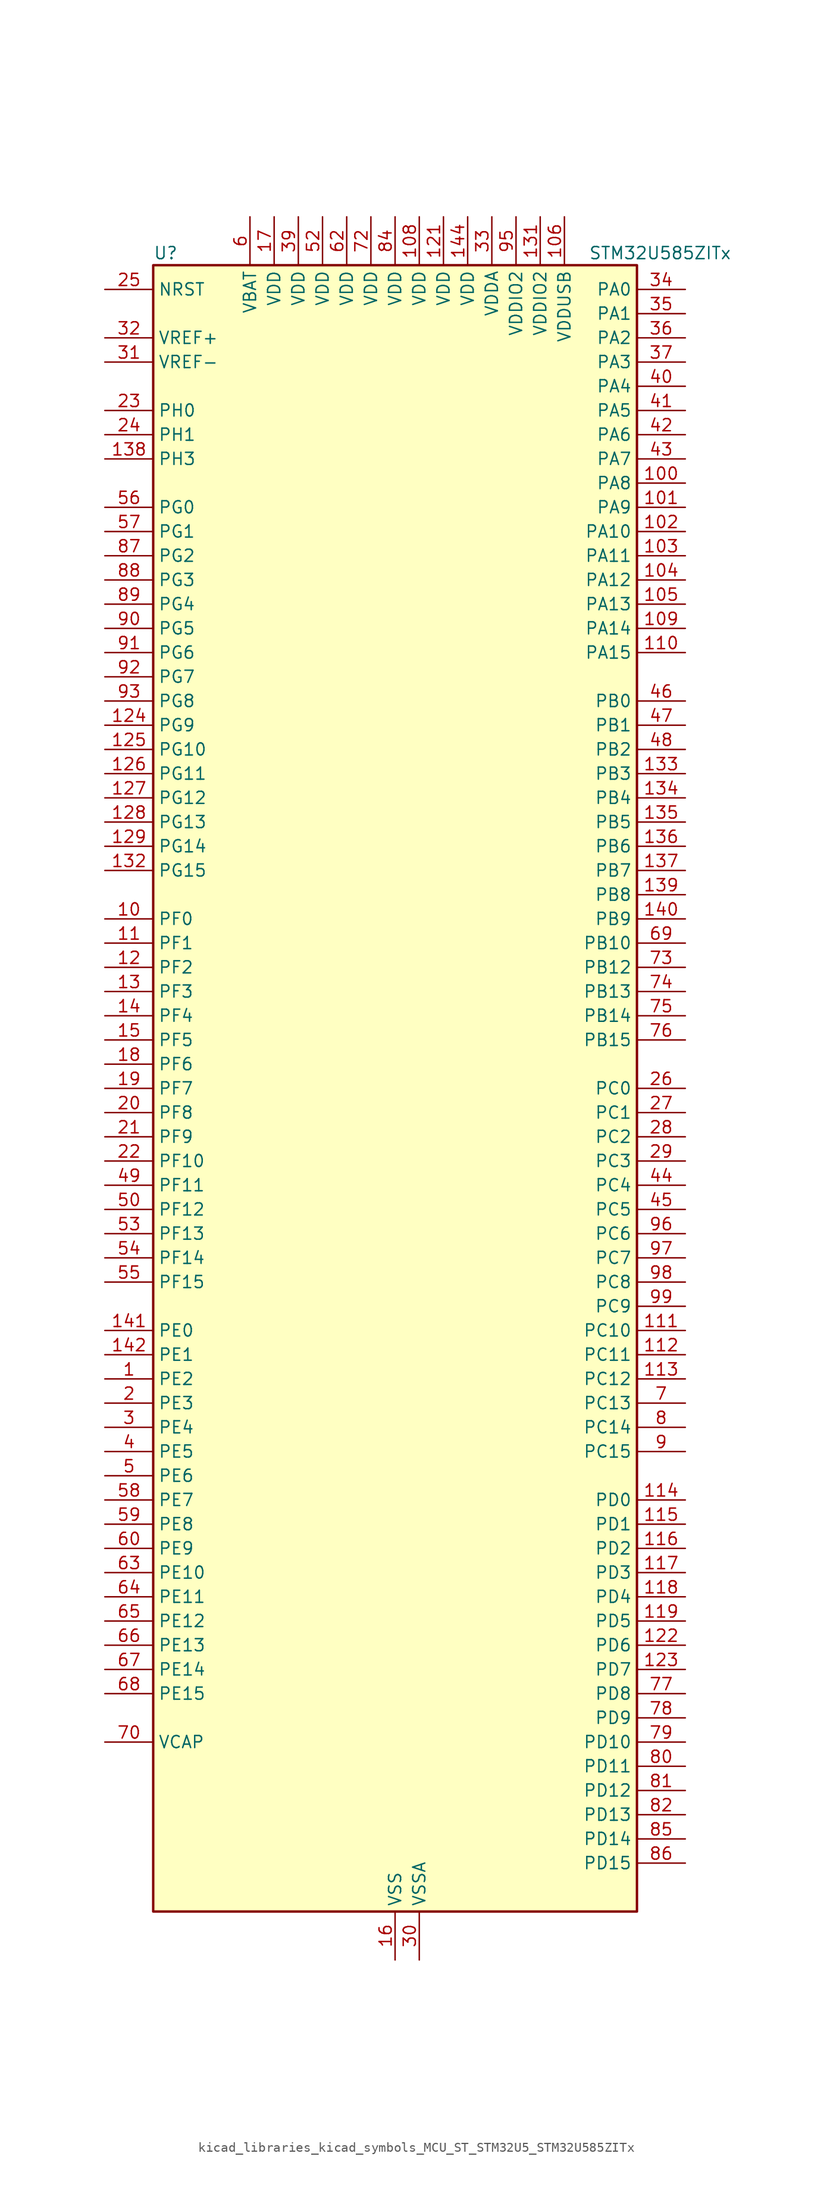
<source format=kicad_sym>
(kicad_symbol_lib
  (version 20220914)
  (generator kicad_symbol_editor)
  (symbol "kicad_libraries_kicad_symbols_MCU_ST_STM32U5_STM32U585ZITx"
    (property "Reference" "U"
      (at -25.4 87.63 0)
      (effects (font (size 1.27 1.27)) (justify left)))
    (property "Value" "STM32U585ZITx"
      (at 20.32 87.63 0)
      (effects (font (size 1.27 1.27)) (justify left)))
    (property "ki_locked" ""
      (at 0 0 0)
      (effects (font (size 1.27 1.27))))
    (symbol "kicad_libraries_kicad_symbols_MCU_ST_STM32U5_STM32U585ZITx_0_1"
      (rectangle (start -25.4 -86.36) (end 25.4 86.36) (stroke (width 0.254) (type default)) (fill (type background))))
    (symbol "kicad_libraries_kicad_symbols_MCU_ST_STM32U5_STM32U585ZITx_1_1"
      (pin bidirectional line (at -30.48 -30.48 0) (length 5.08) (name "PE2" (effects (font (size 1.27 1.27)))) (number "1" (effects (font (size 1.27 1.27)))) (alternate "DEBUG_TRACECLK" bidirectional line) (alternate "FMC_A23" bidirectional line) (alternate "SAI1_CK1" bidirectional line) (alternate "SAI1_MCLK_A" bidirectional line) (alternate "TIM3_ETR" bidirectional line) (alternate "TSC_G7_IO1" bidirectional line))
      (pin bidirectional line (at -30.48 17.78 0) (length 5.08) (name "PF0" (effects (font (size 1.27 1.27)))) (number "10" (effects (font (size 1.27 1.27)))) (alternate "FMC_A0" bidirectional line) (alternate "I2C2_SDA" bidirectional line) (alternate "OCTOSPIM_P2_IO0" bidirectional line))
      (pin bidirectional line (at 30.48 63.5 180) (length 5.08) (name "PA8" (effects (font (size 1.27 1.27)))) (number "100" (effects (font (size 1.27 1.27)))) (alternate "DEBUG_TRACECLK" bidirectional line) (alternate "LPTIM2_CH1" bidirectional line) (alternate "RCC_MCO" bidirectional line) (alternate "SAI1_CK2" bidirectional line) (alternate "SAI1_SCK_A" bidirectional line) (alternate "SPI1_RDY" bidirectional line) (alternate "TIM1_CH1" bidirectional line) (alternate "USART1_CK" bidirectional line) (alternate "USB_OTG_FS_SOF" bidirectional line))
      (pin bidirectional line (at 30.48 60.96 180) (length 5.08) (name "PA9" (effects (font (size 1.27 1.27)))) (number "101" (effects (font (size 1.27 1.27)))) (alternate "DAC1_EXTI9" bidirectional line) (alternate "DCMI_D0" bidirectional line) (alternate "PSSI_D0" bidirectional line) (alternate "SAI1_FS_A" bidirectional line) (alternate "SPI2_SCK" bidirectional line) (alternate "TIM15_BKIN" bidirectional line) (alternate "TIM1_CH2" bidirectional line) (alternate "USART1_TX" bidirectional line) (alternate "USB_OTG_FS_VBUS" bidirectional line))
      (pin bidirectional line (at 30.48 58.42 180) (length 5.08) (name "PA10" (effects (font (size 1.27 1.27)))) (number "102" (effects (font (size 1.27 1.27)))) (alternate "CRS_SYNC" bidirectional line) (alternate "DCMI_D1" bidirectional line) (alternate "LPTIM2_IN2" bidirectional line) (alternate "PSSI_D1" bidirectional line) (alternate "SAI1_D1" bidirectional line) (alternate "SAI1_SD_A" bidirectional line) (alternate "TIM17_BKIN" bidirectional line) (alternate "TIM1_CH3" bidirectional line) (alternate "USART1_RX" bidirectional line) (alternate "USB_OTG_FS_ID" bidirectional line))
      (pin bidirectional line (at 30.48 55.88 180) (length 5.08) (name "PA11" (effects (font (size 1.27 1.27)))) (number "103" (effects (font (size 1.27 1.27)))) (alternate "ADC1_EXTI11" bidirectional line) (alternate "FDCAN1_RX" bidirectional line) (alternate "SPI1_MISO" bidirectional line) (alternate "TIM1_BKIN2" bidirectional line) (alternate "TIM1_CH4" bidirectional line) (alternate "USART1_CTS" bidirectional line) (alternate "USB_OTG_FS_DM" bidirectional line))
      (pin bidirectional line (at 30.48 53.34 180) (length 5.08) (name "PA12" (effects (font (size 1.27 1.27)))) (number "104" (effects (font (size 1.27 1.27)))) (alternate "FDCAN1_TX" bidirectional line) (alternate "OCTOSPIM_P2_NCS" bidirectional line) (alternate "SPI1_MOSI" bidirectional line) (alternate "TIM1_ETR" bidirectional line) (alternate "USART1_DE" bidirectional line) (alternate "USART1_RTS" bidirectional line) (alternate "USB_OTG_FS_DP" bidirectional line))
      (pin bidirectional line (at 30.48 50.8 180) (length 5.08) (name "PA13" (effects (font (size 1.27 1.27)))) (number "105" (effects (font (size 1.27 1.27)))) (alternate "DEBUG_JTMS-SWDIO" bidirectional line) (alternate "IR_OUT" bidirectional line) (alternate "SAI1_SD_B" bidirectional line) (alternate "USB_OTG_FS_NOE" bidirectional line))
      (pin power_in line (at 17.78 91.44 270) (length 5.08) (name "VDDUSB" (effects (font (size 1.27 1.27)))) (number "106" (effects (font (size 1.27 1.27)))))
      (pin passive line (at 0 -91.44 90) (length 5.08) hide (name "VSS" (effects (font (size 1.27 1.27)))) (number "107" (effects (font (size 1.27 1.27)))))
      (pin power_in line (at 2.54 91.44 270) (length 5.08) (name "VDD" (effects (font (size 1.27 1.27)))) (number "108" (effects (font (size 1.27 1.27)))))
      (pin bidirectional line (at 30.48 48.26 180) (length 5.08) (name "PA14" (effects (font (size 1.27 1.27)))) (number "109" (effects (font (size 1.27 1.27)))) (alternate "DEBUG_JTCK-SWCLK" bidirectional line) (alternate "I2C1_SMBA" bidirectional line) (alternate "I2C4_SMBA" bidirectional line) (alternate "LPTIM1_CH1" bidirectional line) (alternate "SAI1_FS_B" bidirectional line) (alternate "USB_OTG_FS_SOF" bidirectional line))
      (pin bidirectional line (at -30.48 15.24 0) (length 5.08) (name "PF1" (effects (font (size 1.27 1.27)))) (number "11" (effects (font (size 1.27 1.27)))) (alternate "FMC_A1" bidirectional line) (alternate "I2C2_SCL" bidirectional line) (alternate "OCTOSPIM_P2_IO1" bidirectional line))
      (pin bidirectional line (at 30.48 45.72 180) (length 5.08) (name "PA15" (effects (font (size 1.27 1.27)))) (number "110" (effects (font (size 1.27 1.27)))) (alternate "ADC1_EXTI15" bidirectional line) (alternate "ADC4_EXTI15" bidirectional line) (alternate "DEBUG_JTDI" bidirectional line) (alternate "SAI2_FS_B" bidirectional line) (alternate "SPI1_NSS" bidirectional line) (alternate "SPI3_NSS" bidirectional line) (alternate "TIM2_CH1" bidirectional line) (alternate "TIM2_ETR" bidirectional line) (alternate "UART4_DE" bidirectional line) (alternate "UART4_RTS" bidirectional line) (alternate "UCPD1_CC1" bidirectional line) (alternate "USART2_RX" bidirectional line) (alternate "USART3_DE" bidirectional line) (alternate "USART3_RTS" bidirectional line))
      (pin bidirectional line (at 30.48 -25.4 180) (length 5.08) (name "PC10" (effects (font (size 1.27 1.27)))) (number "111" (effects (font (size 1.27 1.27)))) (alternate "ADF1_CCK1" bidirectional line) (alternate "DCMI_D8" bidirectional line) (alternate "DEBUG_TRACED1" bidirectional line) (alternate "LPTIM3_ETR" bidirectional line) (alternate "PSSI_D8" bidirectional line) (alternate "SAI2_SCK_B" bidirectional line) (alternate "SDMMC1_D2" bidirectional line) (alternate "SPI3_SCK" bidirectional line) (alternate "TSC_G3_IO2" bidirectional line) (alternate "UART4_TX" bidirectional line) (alternate "USART3_TX" bidirectional line))
      (pin bidirectional line (at 30.48 -27.94 180) (length 5.08) (name "PC11" (effects (font (size 1.27 1.27)))) (number "112" (effects (font (size 1.27 1.27)))) (alternate "ADC1_EXTI11" bidirectional line) (alternate "ADF1_SDI0" bidirectional line) (alternate "DCMI_D2" bidirectional line) (alternate "DCMI_D4" bidirectional line) (alternate "LPTIM3_IN1" bidirectional line) (alternate "OCTOSPIM_P1_NCS" bidirectional line) (alternate "PSSI_D2" bidirectional line) (alternate "PSSI_D4" bidirectional line) (alternate "SAI2_MCLK_B" bidirectional line) (alternate "SDMMC1_D3" bidirectional line) (alternate "SPI3_MISO" bidirectional line) (alternate "TSC_G3_IO3" bidirectional line) (alternate "UART4_RX" bidirectional line) (alternate "UCPD1_FRSTX2" bidirectional line) (alternate "USART3_RX" bidirectional line))
      (pin bidirectional line (at 30.48 -30.48 180) (length 5.08) (name "PC12" (effects (font (size 1.27 1.27)))) (number "113" (effects (font (size 1.27 1.27)))) (alternate "DCMI_D9" bidirectional line) (alternate "DEBUG_TRACED3" bidirectional line) (alternate "PSSI_D9" bidirectional line) (alternate "SAI2_SD_B" bidirectional line) (alternate "SDMMC1_CK" bidirectional line) (alternate "SPI3_MOSI" bidirectional line) (alternate "TSC_G3_IO4" bidirectional line) (alternate "UART5_TX" bidirectional line) (alternate "USART3_CK" bidirectional line))
      (pin bidirectional line (at 30.48 -43.18 180) (length 5.08) (name "PD0" (effects (font (size 1.27 1.27)))) (number "114" (effects (font (size 1.27 1.27)))) (alternate "FDCAN1_RX" bidirectional line) (alternate "FMC_D2" bidirectional line) (alternate "FMC_DA2" bidirectional line) (alternate "SPI2_NSS" bidirectional line) (alternate "TIM8_CH4N" bidirectional line))
      (pin bidirectional line (at 30.48 -45.72 180) (length 5.08) (name "PD1" (effects (font (size 1.27 1.27)))) (number "115" (effects (font (size 1.27 1.27)))) (alternate "FDCAN1_TX" bidirectional line) (alternate "FMC_D3" bidirectional line) (alternate "FMC_DA3" bidirectional line) (alternate "SPI2_SCK" bidirectional line))
      (pin bidirectional line (at 30.48 -48.26 180) (length 5.08) (name "PD2" (effects (font (size 1.27 1.27)))) (number "116" (effects (font (size 1.27 1.27)))) (alternate "DCMI_D11" bidirectional line) (alternate "DEBUG_TRACED2" bidirectional line) (alternate "LPTIM4_ETR" bidirectional line) (alternate "PSSI_D11" bidirectional line) (alternate "SDMMC1_CMD" bidirectional line) (alternate "TIM3_ETR" bidirectional line) (alternate "TSC_SYNC" bidirectional line) (alternate "UART5_RX" bidirectional line) (alternate "USART3_DE" bidirectional line) (alternate "USART3_RTS" bidirectional line))
      (pin bidirectional line (at 30.48 -50.8 180) (length 5.08) (name "PD3" (effects (font (size 1.27 1.27)))) (number "117" (effects (font (size 1.27 1.27)))) (alternate "DCMI_D5" bidirectional line) (alternate "FMC_CLK" bidirectional line) (alternate "MDF1_SDI0" bidirectional line) (alternate "OCTOSPIM_P2_NCS" bidirectional line) (alternate "PSSI_D5" bidirectional line) (alternate "SPI2_MISO" bidirectional line) (alternate "SPI2_SCK" bidirectional line) (alternate "USART2_CTS" bidirectional line))
      (pin bidirectional line (at 30.48 -53.34 180) (length 5.08) (name "PD4" (effects (font (size 1.27 1.27)))) (number "118" (effects (font (size 1.27 1.27)))) (alternate "FMC_NOE" bidirectional line) (alternate "MDF1_CKI0" bidirectional line) (alternate "OCTOSPIM_P1_IO4" bidirectional line) (alternate "SPI2_MOSI" bidirectional line) (alternate "USART2_DE" bidirectional line) (alternate "USART2_RTS" bidirectional line))
      (pin bidirectional line (at 30.48 -55.88 180) (length 5.08) (name "PD5" (effects (font (size 1.27 1.27)))) (number "119" (effects (font (size 1.27 1.27)))) (alternate "FMC_NWE" bidirectional line) (alternate "OCTOSPIM_P1_IO5" bidirectional line) (alternate "SPI2_RDY" bidirectional line) (alternate "USART2_TX" bidirectional line))
      (pin bidirectional line (at -30.48 12.7 0) (length 5.08) (name "PF2" (effects (font (size 1.27 1.27)))) (number "12" (effects (font (size 1.27 1.27)))) (alternate "FMC_A2" bidirectional line) (alternate "I2C2_SMBA" bidirectional line) (alternate "LPTIM3_CH2" bidirectional line) (alternate "OCTOSPIM_P2_IO2" bidirectional line) (alternate "PWR_WKUP8" bidirectional line))
      (pin passive line (at 0 -91.44 90) (length 5.08) hide (name "VSS" (effects (font (size 1.27 1.27)))) (number "120" (effects (font (size 1.27 1.27)))))
      (pin power_in line (at 5.08 91.44 270) (length 5.08) (name "VDD" (effects (font (size 1.27 1.27)))) (number "121" (effects (font (size 1.27 1.27)))))
      (pin bidirectional line (at 30.48 -58.42 180) (length 5.08) (name "PD6" (effects (font (size 1.27 1.27)))) (number "122" (effects (font (size 1.27 1.27)))) (alternate "DCMI_D10" bidirectional line) (alternate "FMC_NWAIT" bidirectional line) (alternate "MDF1_SDI1" bidirectional line) (alternate "OCTOSPIM_P1_IO6" bidirectional line) (alternate "PSSI_D10" bidirectional line) (alternate "SAI1_D1" bidirectional line) (alternate "SAI1_SD_A" bidirectional line) (alternate "SDMMC2_CK" bidirectional line) (alternate "SPI3_MOSI" bidirectional line) (alternate "USART2_RX" bidirectional line))
      (pin bidirectional line (at 30.48 -60.96 180) (length 5.08) (name "PD7" (effects (font (size 1.27 1.27)))) (number "123" (effects (font (size 1.27 1.27)))) (alternate "FMC_NCE" bidirectional line) (alternate "FMC_NE1" bidirectional line) (alternate "LPTIM4_OUT" bidirectional line) (alternate "MDF1_CKI1" bidirectional line) (alternate "OCTOSPIM_P1_IO7" bidirectional line) (alternate "SDMMC2_CMD" bidirectional line) (alternate "USART2_CK" bidirectional line))
      (pin bidirectional line (at -30.48 38.1 0) (length 5.08) (name "PG9" (effects (font (size 1.27 1.27)))) (number "124" (effects (font (size 1.27 1.27)))) (alternate "DAC1_EXTI9" bidirectional line) (alternate "FMC_NCE" bidirectional line) (alternate "FMC_NE2" bidirectional line) (alternate "OCTOSPIM_P2_IO6" bidirectional line) (alternate "SAI2_SCK_A" bidirectional line) (alternate "SPI3_SCK" bidirectional line) (alternate "TIM15_CH1N" bidirectional line) (alternate "USART1_TX" bidirectional line))
      (pin bidirectional line (at -30.48 35.56 0) (length 5.08) (name "PG10" (effects (font (size 1.27 1.27)))) (number "125" (effects (font (size 1.27 1.27)))) (alternate "FMC_NE3" bidirectional line) (alternate "LPTIM1_IN1" bidirectional line) (alternate "OCTOSPIM_P2_IO7" bidirectional line) (alternate "SAI2_FS_A" bidirectional line) (alternate "SPI3_MISO" bidirectional line) (alternate "TIM15_CH1" bidirectional line) (alternate "USART1_RX" bidirectional line))
      (pin bidirectional line (at -30.48 33.02 0) (length 5.08) (name "PG11" (effects (font (size 1.27 1.27)))) (number "126" (effects (font (size 1.27 1.27)))) (alternate "ADC1_EXTI11" bidirectional line) (alternate "LPTIM1_IN2" bidirectional line) (alternate "OCTOSPIM_P1_IO5" bidirectional line) (alternate "SAI2_MCLK_A" bidirectional line) (alternate "SPI3_MOSI" bidirectional line) (alternate "TIM15_CH2" bidirectional line) (alternate "USART1_CTS" bidirectional line))
      (pin bidirectional line (at -30.48 30.48 0) (length 5.08) (name "PG12" (effects (font (size 1.27 1.27)))) (number "127" (effects (font (size 1.27 1.27)))) (alternate "FMC_NE4" bidirectional line) (alternate "LPTIM1_ETR" bidirectional line) (alternate "OCTOSPIM_P2_NCS" bidirectional line) (alternate "SAI2_SD_A" bidirectional line) (alternate "SPI3_NSS" bidirectional line) (alternate "USART1_DE" bidirectional line) (alternate "USART1_RTS" bidirectional line))
      (pin bidirectional line (at -30.48 27.94 0) (length 5.08) (name "PG13" (effects (font (size 1.27 1.27)))) (number "128" (effects (font (size 1.27 1.27)))) (alternate "FMC_A24" bidirectional line) (alternate "I2C1_SDA" bidirectional line) (alternate "SPI3_RDY" bidirectional line) (alternate "USART1_CK" bidirectional line))
      (pin bidirectional line (at -30.48 25.4 0) (length 5.08) (name "PG14" (effects (font (size 1.27 1.27)))) (number "129" (effects (font (size 1.27 1.27)))) (alternate "FMC_A25" bidirectional line) (alternate "I2C1_SCL" bidirectional line) (alternate "LPTIM1_CH2" bidirectional line))
      (pin bidirectional line (at -30.48 10.16 0) (length 5.08) (name "PF3" (effects (font (size 1.27 1.27)))) (number "13" (effects (font (size 1.27 1.27)))) (alternate "FMC_A3" bidirectional line) (alternate "LPTIM3_IN1" bidirectional line) (alternate "OCTOSPIM_P2_IO3" bidirectional line))
      (pin passive line (at 0 -91.44 90) (length 5.08) hide (name "VSS" (effects (font (size 1.27 1.27)))) (number "130" (effects (font (size 1.27 1.27)))))
      (pin power_in line (at 15.24 91.44 270) (length 5.08) (name "VDDIO2" (effects (font (size 1.27 1.27)))) (number "131" (effects (font (size 1.27 1.27)))))
      (pin bidirectional line (at -30.48 22.86 0) (length 5.08) (name "PG15" (effects (font (size 1.27 1.27)))) (number "132" (effects (font (size 1.27 1.27)))) (alternate "ADC1_EXTI15" bidirectional line) (alternate "ADC4_EXTI15" bidirectional line) (alternate "DCMI_D13" bidirectional line) (alternate "I2C1_SMBA" bidirectional line) (alternate "LPTIM1_CH1" bidirectional line) (alternate "OCTOSPIM_P2_DQS" bidirectional line) (alternate "PSSI_D13" bidirectional line))
      (pin bidirectional line (at 30.48 33.02 180) (length 5.08) (name "PB3" (effects (font (size 1.27 1.27)))) (number "133" (effects (font (size 1.27 1.27)))) (alternate "ADF1_CCK0" bidirectional line) (alternate "COMP2_INM" bidirectional line) (alternate "CRS_SYNC" bidirectional line) (alternate "DEBUG_JTDO-SWO" bidirectional line) (alternate "I2C1_SDA" bidirectional line) (alternate "LPTIM1_CH1" bidirectional line) (alternate "SAI1_SCK_B" bidirectional line) (alternate "SDMMC2_D2" bidirectional line) (alternate "SPI1_SCK" bidirectional line) (alternate "SPI3_SCK" bidirectional line) (alternate "TIM2_CH2" bidirectional line) (alternate "USART1_DE" bidirectional line) (alternate "USART1_RTS" bidirectional line))
      (pin bidirectional line (at 30.48 30.48 180) (length 5.08) (name "PB4" (effects (font (size 1.27 1.27)))) (number "134" (effects (font (size 1.27 1.27)))) (alternate "ADF1_SDI0" bidirectional line) (alternate "COMP2_INP" bidirectional line) (alternate "DCMI_D12" bidirectional line) (alternate "DEBUG_JTRST" bidirectional line) (alternate "I2C3_SDA" bidirectional line) (alternate "LPTIM1_CH2" bidirectional line) (alternate "PSSI_D12" bidirectional line) (alternate "SAI1_MCLK_B" bidirectional line) (alternate "SDMMC2_D3" bidirectional line) (alternate "SPI1_MISO" bidirectional line) (alternate "SPI3_MISO" bidirectional line) (alternate "TIM17_BKIN" bidirectional line) (alternate "TIM3_CH1" bidirectional line) (alternate "TSC_G2_IO1" bidirectional line) (alternate "UART5_DE" bidirectional line) (alternate "UART5_RTS" bidirectional line) (alternate "USART1_CTS" bidirectional line))
      (pin bidirectional line (at 30.48 27.94 180) (length 5.08) (name "PB5" (effects (font (size 1.27 1.27)))) (number "135" (effects (font (size 1.27 1.27)))) (alternate "COMP2_OUT" bidirectional line) (alternate "DCMI_D10" bidirectional line) (alternate "I2C1_SMBA" bidirectional line) (alternate "LPTIM1_IN1" bidirectional line) (alternate "OCTOSPIM_P1_NCLK" bidirectional line) (alternate "PSSI_D10" bidirectional line) (alternate "PWR_WKUP6" bidirectional line) (alternate "SAI1_SD_B" bidirectional line) (alternate "SPI1_MOSI" bidirectional line) (alternate "SPI3_MOSI" bidirectional line) (alternate "TIM16_BKIN" bidirectional line) (alternate "TIM3_CH2" bidirectional line) (alternate "TSC_G2_IO2" bidirectional line) (alternate "UART5_CTS" bidirectional line) (alternate "UCPD1_DBCC1" bidirectional line) (alternate "USART1_CK" bidirectional line))
      (pin bidirectional line (at 30.48 25.4 180) (length 5.08) (name "PB6" (effects (font (size 1.27 1.27)))) (number "136" (effects (font (size 1.27 1.27)))) (alternate "COMP2_INP" bidirectional line) (alternate "DCMI_D5" bidirectional line) (alternate "I2C1_SCL" bidirectional line) (alternate "I2C4_SCL" bidirectional line) (alternate "LPTIM1_ETR" bidirectional line) (alternate "MDF1_SDI5" bidirectional line) (alternate "PSSI_D5" bidirectional line) (alternate "PWR_WKUP3" bidirectional line) (alternate "SAI1_FS_B" bidirectional line) (alternate "TIM16_CH1N" bidirectional line) (alternate "TIM4_CH1" bidirectional line) (alternate "TIM8_BKIN2" bidirectional line) (alternate "TSC_G2_IO3" bidirectional line) (alternate "USART1_TX" bidirectional line))
      (pin bidirectional line (at 30.48 22.86 180) (length 5.08) (name "PB7" (effects (font (size 1.27 1.27)))) (number "137" (effects (font (size 1.27 1.27)))) (alternate "COMP2_INM" bidirectional line) (alternate "DCMI_VSYNC" bidirectional line) (alternate "FMC_NL" bidirectional line) (alternate "I2C1_SDA" bidirectional line) (alternate "I2C4_SDA" bidirectional line) (alternate "LPTIM1_IN2" bidirectional line) (alternate "MDF1_CKI5" bidirectional line) (alternate "PSSI_RDY" bidirectional line) (alternate "PWR_PVD_IN" bidirectional line) (alternate "PWR_WKUP4" bidirectional line) (alternate "TIM17_CH1N" bidirectional line) (alternate "TIM4_CH2" bidirectional line) (alternate "TIM8_BKIN" bidirectional line) (alternate "TSC_G2_IO4" bidirectional line) (alternate "UART4_CTS" bidirectional line) (alternate "USART1_RX" bidirectional line))
      (pin bidirectional line (at -30.48 66.04 0) (length 5.08) (name "PH3" (effects (font (size 1.27 1.27)))) (number "138" (effects (font (size 1.27 1.27)))))
      (pin bidirectional line (at 30.48 20.32 180) (length 5.08) (name "PB8" (effects (font (size 1.27 1.27)))) (number "139" (effects (font (size 1.27 1.27)))) (alternate "DCMI_D6" bidirectional line) (alternate "FDCAN1_RX" bidirectional line) (alternate "I2C1_SCL" bidirectional line) (alternate "MDF1_CCK0" bidirectional line) (alternate "PSSI_D6" bidirectional line) (alternate "PWR_WKUP5" bidirectional line) (alternate "SAI1_CK1" bidirectional line) (alternate "SAI1_MCLK_A" bidirectional line) (alternate "SDMMC1_CKIN" bidirectional line) (alternate "SDMMC1_D4" bidirectional line) (alternate "SDMMC2_D4" bidirectional line) (alternate "SPI3_RDY" bidirectional line) (alternate "TIM16_CH1" bidirectional line) (alternate "TIM4_CH3" bidirectional line))
      (pin bidirectional line (at -30.48 7.62 0) (length 5.08) (name "PF4" (effects (font (size 1.27 1.27)))) (number "14" (effects (font (size 1.27 1.27)))) (alternate "FMC_A4" bidirectional line) (alternate "LPTIM3_ETR" bidirectional line) (alternate "OCTOSPIM_P2_CLK" bidirectional line))
      (pin bidirectional line (at 30.48 17.78 180) (length 5.08) (name "PB9" (effects (font (size 1.27 1.27)))) (number "140" (effects (font (size 1.27 1.27)))) (alternate "DAC1_EXTI9" bidirectional line) (alternate "DCMI_D7" bidirectional line) (alternate "FDCAN1_TX" bidirectional line) (alternate "I2C1_SDA" bidirectional line) (alternate "IR_OUT" bidirectional line) (alternate "PSSI_D7" bidirectional line) (alternate "SAI1_D2" bidirectional line) (alternate "SAI1_FS_A" bidirectional line) (alternate "SDMMC1_CDIR" bidirectional line) (alternate "SDMMC1_D5" bidirectional line) (alternate "SDMMC2_D5" bidirectional line) (alternate "SPI2_NSS" bidirectional line) (alternate "TIM17_CH1" bidirectional line) (alternate "TIM4_CH4" bidirectional line))
      (pin bidirectional line (at -30.48 -25.4 0) (length 5.08) (name "PE0" (effects (font (size 1.27 1.27)))) (number "141" (effects (font (size 1.27 1.27)))) (alternate "DCMI_D2" bidirectional line) (alternate "FMC_NBL0" bidirectional line) (alternate "PSSI_D2" bidirectional line) (alternate "TIM16_CH1" bidirectional line) (alternate "TIM4_ETR" bidirectional line))
      (pin bidirectional line (at -30.48 -27.94 0) (length 5.08) (name "PE1" (effects (font (size 1.27 1.27)))) (number "142" (effects (font (size 1.27 1.27)))) (alternate "DCMI_D3" bidirectional line) (alternate "FMC_NBL1" bidirectional line) (alternate "PSSI_D3" bidirectional line) (alternate "TIM17_CH1" bidirectional line))
      (pin passive line (at 0 -91.44 90) (length 5.08) hide (name "VSS" (effects (font (size 1.27 1.27)))) (number "143" (effects (font (size 1.27 1.27)))))
      (pin power_in line (at 7.62 91.44 270) (length 5.08) (name "VDD" (effects (font (size 1.27 1.27)))) (number "144" (effects (font (size 1.27 1.27)))))
      (pin bidirectional line (at -30.48 5.08 0) (length 5.08) (name "PF5" (effects (font (size 1.27 1.27)))) (number "15" (effects (font (size 1.27 1.27)))) (alternate "FMC_A5" bidirectional line) (alternate "LPTIM3_CH1" bidirectional line) (alternate "OCTOSPIM_P2_NCLK" bidirectional line))
      (pin power_in line (at 0 -91.44 90) (length 5.08) (name "VSS" (effects (font (size 1.27 1.27)))) (number "16" (effects (font (size 1.27 1.27)))))
      (pin power_in line (at -12.7 91.44 270) (length 5.08) (name "VDD" (effects (font (size 1.27 1.27)))) (number "17" (effects (font (size 1.27 1.27)))))
      (pin bidirectional line (at -30.48 2.54 0) (length 5.08) (name "PF6" (effects (font (size 1.27 1.27)))) (number "18" (effects (font (size 1.27 1.27)))) (alternate "DCMI_D12" bidirectional line) (alternate "OCTOSPIM_P1_IO3" bidirectional line) (alternate "OCTOSPIM_P2_NCS" bidirectional line) (alternate "PSSI_D12" bidirectional line) (alternate "SAI1_SD_B" bidirectional line) (alternate "TIM5_CH1" bidirectional line) (alternate "TIM5_ETR" bidirectional line))
      (pin bidirectional line (at -30.48 0 0) (length 5.08) (name "PF7" (effects (font (size 1.27 1.27)))) (number "19" (effects (font (size 1.27 1.27)))) (alternate "FDCAN1_RX" bidirectional line) (alternate "OCTOSPIM_P1_IO2" bidirectional line) (alternate "SAI1_MCLK_B" bidirectional line) (alternate "TIM5_CH2" bidirectional line))
      (pin bidirectional line (at -30.48 -33.02 0) (length 5.08) (name "PE3" (effects (font (size 1.27 1.27)))) (number "2" (effects (font (size 1.27 1.27)))) (alternate "DEBUG_TRACED0" bidirectional line) (alternate "FMC_A19" bidirectional line) (alternate "OCTOSPIM_P1_DQS" bidirectional line) (alternate "SAI1_SD_B" bidirectional line) (alternate "TAMP_IN6" bidirectional line) (alternate "TAMP_OUT3" bidirectional line) (alternate "TIM3_CH1" bidirectional line) (alternate "TSC_G7_IO2" bidirectional line))
      (pin bidirectional line (at -30.48 -2.54 0) (length 5.08) (name "PF8" (effects (font (size 1.27 1.27)))) (number "20" (effects (font (size 1.27 1.27)))) (alternate "FDCAN1_TX" bidirectional line) (alternate "OCTOSPIM_P1_IO0" bidirectional line) (alternate "PSSI_D14" bidirectional line) (alternate "SAI1_SCK_B" bidirectional line) (alternate "TIM5_CH3" bidirectional line))
      (pin bidirectional line (at -30.48 -5.08 0) (length 5.08) (name "PF9" (effects (font (size 1.27 1.27)))) (number "21" (effects (font (size 1.27 1.27)))) (alternate "DAC1_EXTI9" bidirectional line) (alternate "OCTOSPIM_P1_IO1" bidirectional line) (alternate "PSSI_D15" bidirectional line) (alternate "SAI1_FS_B" bidirectional line) (alternate "TIM15_CH1" bidirectional line) (alternate "TIM5_CH4" bidirectional line))
      (pin bidirectional line (at -30.48 -7.62 0) (length 5.08) (name "PF10" (effects (font (size 1.27 1.27)))) (number "22" (effects (font (size 1.27 1.27)))) (alternate "DCMI_D11" bidirectional line) (alternate "MDF1_CCK1" bidirectional line) (alternate "OCTOSPIM_P1_CLK" bidirectional line) (alternate "PSSI_D11" bidirectional line) (alternate "PSSI_D15" bidirectional line) (alternate "SAI1_D3" bidirectional line) (alternate "TIM15_CH2" bidirectional line))
      (pin bidirectional line (at -30.48 71.12 0) (length 5.08) (name "PH0" (effects (font (size 1.27 1.27)))) (number "23" (effects (font (size 1.27 1.27)))) (alternate "RCC_OSC_IN" bidirectional line))
      (pin bidirectional line (at -30.48 68.58 0) (length 5.08) (name "PH1" (effects (font (size 1.27 1.27)))) (number "24" (effects (font (size 1.27 1.27)))) (alternate "RCC_OSC_OUT" bidirectional line))
      (pin input line (at -30.48 83.82 0) (length 5.08) (name "NRST" (effects (font (size 1.27 1.27)))) (number "25" (effects (font (size 1.27 1.27)))))
      (pin bidirectional line (at 30.48 0 180) (length 5.08) (name "PC0" (effects (font (size 1.27 1.27)))) (number "26" (effects (font (size 1.27 1.27)))) (alternate "ADC1_IN1" bidirectional line) (alternate "ADC4_IN1" bidirectional line) (alternate "I2C3_SCL" bidirectional line) (alternate "LPTIM1_IN1" bidirectional line) (alternate "LPTIM2_IN1" bidirectional line) (alternate "LPUART1_RX" bidirectional line) (alternate "MDF1_SDI4" bidirectional line) (alternate "OCTOSPIM_P1_IO7" bidirectional line) (alternate "SAI2_FS_A" bidirectional line) (alternate "SDMMC1_D5" bidirectional line) (alternate "SPI2_RDY" bidirectional line))
      (pin bidirectional line (at 30.48 -2.54 180) (length 5.08) (name "PC1" (effects (font (size 1.27 1.27)))) (number "27" (effects (font (size 1.27 1.27)))) (alternate "ADC1_IN2" bidirectional line) (alternate "ADC4_IN2" bidirectional line) (alternate "DEBUG_TRACED0" bidirectional line) (alternate "I2C3_SDA" bidirectional line) (alternate "LPTIM1_CH1" bidirectional line) (alternate "LPUART1_TX" bidirectional line) (alternate "MDF1_CKI4" bidirectional line) (alternate "OCTOSPIM_P1_IO4" bidirectional line) (alternate "SAI1_SD_A" bidirectional line) (alternate "SDMMC2_CK" bidirectional line) (alternate "SPI2_MOSI" bidirectional line))
      (pin bidirectional line (at 30.48 -5.08 180) (length 5.08) (name "PC2" (effects (font (size 1.27 1.27)))) (number "28" (effects (font (size 1.27 1.27)))) (alternate "ADC1_IN3" bidirectional line) (alternate "ADC4_IN3" bidirectional line) (alternate "LPTIM1_IN2" bidirectional line) (alternate "MDF1_CCK1" bidirectional line) (alternate "OCTOSPIM_P1_IO5" bidirectional line) (alternate "SPI2_MISO" bidirectional line))
      (pin bidirectional line (at 30.48 -7.62 180) (length 5.08) (name "PC3" (effects (font (size 1.27 1.27)))) (number "29" (effects (font (size 1.27 1.27)))) (alternate "ADC1_IN4" bidirectional line) (alternate "ADC4_IN4" bidirectional line) (alternate "LPTIM1_ETR" bidirectional line) (alternate "LPTIM2_ETR" bidirectional line) (alternate "LPTIM3_CH1" bidirectional line) (alternate "OCTOSPIM_P1_IO6" bidirectional line) (alternate "SAI1_D1" bidirectional line) (alternate "SAI1_SD_A" bidirectional line) (alternate "SPI2_MOSI" bidirectional line))
      (pin bidirectional line (at -30.48 -35.56 0) (length 5.08) (name "PE4" (effects (font (size 1.27 1.27)))) (number "3" (effects (font (size 1.27 1.27)))) (alternate "DCMI_D4" bidirectional line) (alternate "DEBUG_TRACED1" bidirectional line) (alternate "FMC_A20" bidirectional line) (alternate "MDF1_SDI3" bidirectional line) (alternate "PSSI_D4" bidirectional line) (alternate "PWR_WKUP1" bidirectional line) (alternate "SAI1_D2" bidirectional line) (alternate "SAI1_FS_A" bidirectional line) (alternate "TAMP_IN7" bidirectional line) (alternate "TAMP_OUT8" bidirectional line) (alternate "TIM3_CH2" bidirectional line) (alternate "TSC_G7_IO3" bidirectional line))
      (pin power_in line (at 2.54 -91.44 90) (length 5.08) (name "VSSA" (effects (font (size 1.27 1.27)))) (number "30" (effects (font (size 1.27 1.27)))))
      (pin input line (at -30.48 76.2 0) (length 5.08) (name "VREF-" (effects (font (size 1.27 1.27)))) (number "31" (effects (font (size 1.27 1.27)))))
      (pin input line (at -30.48 78.74 0) (length 5.08) (name "VREF+" (effects (font (size 1.27 1.27)))) (number "32" (effects (font (size 1.27 1.27)))) (alternate "VREFBUF_OUT" bidirectional line))
      (pin power_in line (at 10.16 91.44 270) (length 5.08) (name "VDDA" (effects (font (size 1.27 1.27)))) (number "33" (effects (font (size 1.27 1.27)))))
      (pin bidirectional line (at 30.48 83.82 180) (length 5.08) (name "PA0" (effects (font (size 1.27 1.27)))) (number "34" (effects (font (size 1.27 1.27)))) (alternate "ADC1_IN5" bidirectional line) (alternate "AUDIOCLK" bidirectional line) (alternate "OCTOSPIM_P2_NCS" bidirectional line) (alternate "OPAMP1_VINP" bidirectional line) (alternate "PWR_WKUP1" bidirectional line) (alternate "SDMMC2_CMD" bidirectional line) (alternate "SPI3_RDY" bidirectional line) (alternate "TAMP_IN2" bidirectional line) (alternate "TAMP_OUT1" bidirectional line) (alternate "TIM2_CH1" bidirectional line) (alternate "TIM2_ETR" bidirectional line) (alternate "TIM5_CH1" bidirectional line) (alternate "TIM8_ETR" bidirectional line) (alternate "UART4_TX" bidirectional line) (alternate "USART2_CTS" bidirectional line))
      (pin bidirectional line (at 30.48 81.28 180) (length 5.08) (name "PA1" (effects (font (size 1.27 1.27)))) (number "35" (effects (font (size 1.27 1.27)))) (alternate "ADC1_IN6" bidirectional line) (alternate "I2C1_SMBA" bidirectional line) (alternate "LPTIM1_CH2" bidirectional line) (alternate "OCTOSPIM_P1_DQS" bidirectional line) (alternate "OPAMP1_VINM" bidirectional line) (alternate "PWR_WKUP3" bidirectional line) (alternate "SPI1_SCK" bidirectional line) (alternate "TAMP_IN5" bidirectional line) (alternate "TAMP_OUT4" bidirectional line) (alternate "TIM15_CH1N" bidirectional line) (alternate "TIM2_CH2" bidirectional line) (alternate "TIM5_CH2" bidirectional line) (alternate "UART4_RX" bidirectional line) (alternate "USART2_DE" bidirectional line) (alternate "USART2_RTS" bidirectional line))
      (pin bidirectional line (at 30.48 78.74 180) (length 5.08) (name "PA2" (effects (font (size 1.27 1.27)))) (number "36" (effects (font (size 1.27 1.27)))) (alternate "ADC1_IN7" bidirectional line) (alternate "COMP1_INP" bidirectional line) (alternate "LPUART1_TX" bidirectional line) (alternate "OCTOSPIM_P1_NCS" bidirectional line) (alternate "PWR_WKUP4" bidirectional line) (alternate "RCC_LSCO" bidirectional line) (alternate "SPI1_RDY" bidirectional line) (alternate "TIM15_CH1" bidirectional line) (alternate "TIM2_CH3" bidirectional line) (alternate "TIM5_CH3" bidirectional line) (alternate "UCPD1_FRSTX1" bidirectional line) (alternate "USART2_TX" bidirectional line))
      (pin bidirectional line (at 30.48 76.2 180) (length 5.08) (name "PA3" (effects (font (size 1.27 1.27)))) (number "37" (effects (font (size 1.27 1.27)))) (alternate "ADC1_IN8" bidirectional line) (alternate "LPUART1_RX" bidirectional line) (alternate "OCTOSPIM_P1_CLK" bidirectional line) (alternate "OPAMP1_VOUT" bidirectional line) (alternate "PWR_WKUP5" bidirectional line) (alternate "SAI1_CK1" bidirectional line) (alternate "SAI1_MCLK_A" bidirectional line) (alternate "TIM15_CH2" bidirectional line) (alternate "TIM2_CH4" bidirectional line) (alternate "TIM5_CH4" bidirectional line) (alternate "USART2_RX" bidirectional line))
      (pin passive line (at 0 -91.44 90) (length 5.08) hide (name "VSS" (effects (font (size 1.27 1.27)))) (number "38" (effects (font (size 1.27 1.27)))))
      (pin power_in line (at -10.16 91.44 270) (length 5.08) (name "VDD" (effects (font (size 1.27 1.27)))) (number "39" (effects (font (size 1.27 1.27)))))
      (pin bidirectional line (at -30.48 -38.1 0) (length 5.08) (name "PE5" (effects (font (size 1.27 1.27)))) (number "4" (effects (font (size 1.27 1.27)))) (alternate "DCMI_D6" bidirectional line) (alternate "DEBUG_TRACED2" bidirectional line) (alternate "FMC_A21" bidirectional line) (alternate "MDF1_CKI3" bidirectional line) (alternate "PSSI_D6" bidirectional line) (alternate "PWR_WKUP2" bidirectional line) (alternate "SAI1_CK2" bidirectional line) (alternate "SAI1_SCK_A" bidirectional line) (alternate "TAMP_IN8" bidirectional line) (alternate "TAMP_OUT7" bidirectional line) (alternate "TIM3_CH3" bidirectional line) (alternate "TSC_G7_IO4" bidirectional line))
      (pin bidirectional line (at 30.48 73.66 180) (length 5.08) (name "PA4" (effects (font (size 1.27 1.27)))) (number "40" (effects (font (size 1.27 1.27)))) (alternate "ADC1_IN9" bidirectional line) (alternate "ADC4_IN9" bidirectional line) (alternate "DAC1_OUT1" bidirectional line) (alternate "DCMI_HSYNC" bidirectional line) (alternate "LPTIM2_CH1" bidirectional line) (alternate "OCTOSPIM_P1_NCS" bidirectional line) (alternate "PSSI_DE" bidirectional line) (alternate "PWR_WKUP2" bidirectional line) (alternate "SAI1_FS_B" bidirectional line) (alternate "SPI1_NSS" bidirectional line) (alternate "SPI3_NSS" bidirectional line) (alternate "USART2_CK" bidirectional line))
      (pin bidirectional line (at 30.48 71.12 180) (length 5.08) (name "PA5" (effects (font (size 1.27 1.27)))) (number "41" (effects (font (size 1.27 1.27)))) (alternate "ADC1_IN10" bidirectional line) (alternate "ADC4_IN10" bidirectional line) (alternate "DAC1_OUT2" bidirectional line) (alternate "LPTIM2_ETR" bidirectional line) (alternate "PSSI_D14" bidirectional line) (alternate "PWR_CSLEEP" bidirectional line) (alternate "PWR_WKUP6" bidirectional line) (alternate "SPI1_SCK" bidirectional line) (alternate "TIM2_CH1" bidirectional line) (alternate "TIM2_ETR" bidirectional line) (alternate "TIM8_CH1N" bidirectional line) (alternate "USART3_RX" bidirectional line))
      (pin bidirectional line (at 30.48 68.58 180) (length 5.08) (name "PA6" (effects (font (size 1.27 1.27)))) (number "42" (effects (font (size 1.27 1.27)))) (alternate "ADC1_IN11" bidirectional line) (alternate "ADC4_IN11" bidirectional line) (alternate "DCMI_PIXCLK" bidirectional line) (alternate "LPUART1_CTS" bidirectional line) (alternate "OCTOSPIM_P1_IO3" bidirectional line) (alternate "OPAMP2_VINP" bidirectional line) (alternate "PSSI_PDCK" bidirectional line) (alternate "PWR_CDSTOP" bidirectional line) (alternate "PWR_WKUP7" bidirectional line) (alternate "SPI1_MISO" bidirectional line) (alternate "TIM16_CH1" bidirectional line) (alternate "TIM1_BKIN" bidirectional line) (alternate "TIM3_CH1" bidirectional line) (alternate "TIM8_BKIN" bidirectional line) (alternate "USART3_CTS" bidirectional line))
      (pin bidirectional line (at 30.48 66.04 180) (length 5.08) (name "PA7" (effects (font (size 1.27 1.27)))) (number "43" (effects (font (size 1.27 1.27)))) (alternate "ADC1_IN12" bidirectional line) (alternate "ADC4_IN20" bidirectional line) (alternate "I2C3_SCL" bidirectional line) (alternate "LPTIM2_CH2" bidirectional line) (alternate "OCTOSPIM_P1_IO2" bidirectional line) (alternate "OPAMP2_VINM" bidirectional line) (alternate "PWR_SRDSTOP" bidirectional line) (alternate "PWR_WKUP8" bidirectional line) (alternate "SPI1_MOSI" bidirectional line) (alternate "TIM17_CH1" bidirectional line) (alternate "TIM1_CH1N" bidirectional line) (alternate "TIM3_CH2" bidirectional line) (alternate "TIM8_CH1N" bidirectional line) (alternate "USART3_TX" bidirectional line))
      (pin bidirectional line (at 30.48 -10.16 180) (length 5.08) (name "PC4" (effects (font (size 1.27 1.27)))) (number "44" (effects (font (size 1.27 1.27)))) (alternate "ADC1_IN13" bidirectional line) (alternate "ADC4_IN22" bidirectional line) (alternate "COMP1_INM" bidirectional line) (alternate "OCTOSPIM_P1_IO7" bidirectional line) (alternate "USART3_TX" bidirectional line))
      (pin bidirectional line (at 30.48 -12.7 180) (length 5.08) (name "PC5" (effects (font (size 1.27 1.27)))) (number "45" (effects (font (size 1.27 1.27)))) (alternate "ADC1_IN14" bidirectional line) (alternate "ADC4_IN23" bidirectional line) (alternate "COMP1_INP" bidirectional line) (alternate "PSSI_D15" bidirectional line) (alternate "PWR_WKUP5" bidirectional line) (alternate "SAI1_D3" bidirectional line) (alternate "TAMP_IN4" bidirectional line) (alternate "TAMP_OUT5" bidirectional line) (alternate "TIM1_CH4N" bidirectional line) (alternate "USART3_RX" bidirectional line))
      (pin bidirectional line (at 30.48 40.64 180) (length 5.08) (name "PB0" (effects (font (size 1.27 1.27)))) (number "46" (effects (font (size 1.27 1.27)))) (alternate "ADC1_IN15" bidirectional line) (alternate "ADC4_IN18" bidirectional line) (alternate "AUDIOCLK" bidirectional line) (alternate "COMP1_OUT" bidirectional line) (alternate "LPTIM3_CH1" bidirectional line) (alternate "OCTOSPIM_P1_IO1" bidirectional line) (alternate "OPAMP2_VOUT" bidirectional line) (alternate "SPI1_NSS" bidirectional line) (alternate "TIM1_CH2N" bidirectional line) (alternate "TIM3_CH3" bidirectional line) (alternate "TIM8_CH2N" bidirectional line) (alternate "USART3_CK" bidirectional line))
      (pin bidirectional line (at 30.48 38.1 180) (length 5.08) (name "PB1" (effects (font (size 1.27 1.27)))) (number "47" (effects (font (size 1.27 1.27)))) (alternate "ADC1_IN16" bidirectional line) (alternate "ADC4_IN19" bidirectional line) (alternate "COMP1_INM" bidirectional line) (alternate "LPTIM2_IN1" bidirectional line) (alternate "LPTIM3_CH2" bidirectional line) (alternate "LPUART1_DE" bidirectional line) (alternate "LPUART1_RTS" bidirectional line) (alternate "MDF1_SDI0" bidirectional line) (alternate "OCTOSPIM_P1_IO0" bidirectional line) (alternate "PWR_WKUP4" bidirectional line) (alternate "TIM1_CH3N" bidirectional line) (alternate "TIM3_CH4" bidirectional line) (alternate "TIM8_CH3N" bidirectional line) (alternate "USART3_DE" bidirectional line) (alternate "USART3_RTS" bidirectional line))
      (pin bidirectional line (at 30.48 35.56 180) (length 5.08) (name "PB2" (effects (font (size 1.27 1.27)))) (number "48" (effects (font (size 1.27 1.27)))) (alternate "ADC1_IN17" bidirectional line) (alternate "COMP1_INP" bidirectional line) (alternate "I2C3_SMBA" bidirectional line) (alternate "LPTIM1_CH1" bidirectional line) (alternate "MDF1_CKI0" bidirectional line) (alternate "OCTOSPIM_P1_DQS" bidirectional line) (alternate "PWR_WKUP1" bidirectional line) (alternate "RTC_OUT2" bidirectional line) (alternate "SPI1_RDY" bidirectional line) (alternate "TIM8_CH4N" bidirectional line) (alternate "UCPD1_FRSTX1" bidirectional line))
      (pin bidirectional line (at -30.48 -10.16 0) (length 5.08) (name "PF11" (effects (font (size 1.27 1.27)))) (number "49" (effects (font (size 1.27 1.27)))) (alternate "ADC1_EXTI11" bidirectional line) (alternate "DCMI_D12" bidirectional line) (alternate "LPTIM4_IN1" bidirectional line) (alternate "OCTOSPIM_P1_NCLK" bidirectional line) (alternate "PSSI_D12" bidirectional line))
      (pin bidirectional line (at -30.48 -40.64 0) (length 5.08) (name "PE6" (effects (font (size 1.27 1.27)))) (number "5" (effects (font (size 1.27 1.27)))) (alternate "DCMI_D7" bidirectional line) (alternate "DEBUG_TRACED3" bidirectional line) (alternate "FMC_A22" bidirectional line) (alternate "PSSI_D7" bidirectional line) (alternate "PWR_WKUP3" bidirectional line) (alternate "SAI1_D1" bidirectional line) (alternate "SAI1_SD_A" bidirectional line) (alternate "TAMP_IN3" bidirectional line) (alternate "TAMP_OUT6" bidirectional line) (alternate "TIM3_CH4" bidirectional line))
      (pin bidirectional line (at -30.48 -12.7 0) (length 5.08) (name "PF12" (effects (font (size 1.27 1.27)))) (number "50" (effects (font (size 1.27 1.27)))) (alternate "FMC_A6" bidirectional line) (alternate "LPTIM4_ETR" bidirectional line) (alternate "OCTOSPIM_P2_DQS" bidirectional line))
      (pin passive line (at 0 -91.44 90) (length 5.08) hide (name "VSS" (effects (font (size 1.27 1.27)))) (number "51" (effects (font (size 1.27 1.27)))))
      (pin power_in line (at -7.62 91.44 270) (length 5.08) (name "VDD" (effects (font (size 1.27 1.27)))) (number "52" (effects (font (size 1.27 1.27)))))
      (pin bidirectional line (at -30.48 -15.24 0) (length 5.08) (name "PF13" (effects (font (size 1.27 1.27)))) (number "53" (effects (font (size 1.27 1.27)))) (alternate "FMC_A7" bidirectional line) (alternate "I2C4_SMBA" bidirectional line) (alternate "LPTIM4_OUT" bidirectional line) (alternate "UCPD1_FRSTX2" bidirectional line))
      (pin bidirectional line (at -30.48 -17.78 0) (length 5.08) (name "PF14" (effects (font (size 1.27 1.27)))) (number "54" (effects (font (size 1.27 1.27)))) (alternate "ADC4_IN5" bidirectional line) (alternate "FMC_A8" bidirectional line) (alternate "I2C4_SCL" bidirectional line) (alternate "TSC_G8_IO1" bidirectional line))
      (pin bidirectional line (at -30.48 -20.32 0) (length 5.08) (name "PF15" (effects (font (size 1.27 1.27)))) (number "55" (effects (font (size 1.27 1.27)))) (alternate "ADC1_EXTI15" bidirectional line) (alternate "ADC4_EXTI15" bidirectional line) (alternate "ADC4_IN6" bidirectional line) (alternate "FMC_A9" bidirectional line) (alternate "I2C4_SDA" bidirectional line) (alternate "TSC_G8_IO2" bidirectional line))
      (pin bidirectional line (at -30.48 60.96 0) (length 5.08) (name "PG0" (effects (font (size 1.27 1.27)))) (number "56" (effects (font (size 1.27 1.27)))) (alternate "ADC4_IN7" bidirectional line) (alternate "FMC_A10" bidirectional line) (alternate "OCTOSPIM_P2_IO4" bidirectional line) (alternate "TSC_G8_IO3" bidirectional line))
      (pin bidirectional line (at -30.48 58.42 0) (length 5.08) (name "PG1" (effects (font (size 1.27 1.27)))) (number "57" (effects (font (size 1.27 1.27)))) (alternate "ADC4_IN8" bidirectional line) (alternate "FMC_A11" bidirectional line) (alternate "OCTOSPIM_P2_IO5" bidirectional line) (alternate "TSC_G8_IO4" bidirectional line))
      (pin bidirectional line (at -30.48 -43.18 0) (length 5.08) (name "PE7" (effects (font (size 1.27 1.27)))) (number "58" (effects (font (size 1.27 1.27)))) (alternate "FMC_D4" bidirectional line) (alternate "FMC_DA4" bidirectional line) (alternate "MDF1_SDI2" bidirectional line) (alternate "PWR_WKUP6" bidirectional line) (alternate "SAI1_SD_B" bidirectional line) (alternate "TIM1_ETR" bidirectional line))
      (pin bidirectional line (at -30.48 -45.72 0) (length 5.08) (name "PE8" (effects (font (size 1.27 1.27)))) (number "59" (effects (font (size 1.27 1.27)))) (alternate "FMC_D5" bidirectional line) (alternate "FMC_DA5" bidirectional line) (alternate "MDF1_CKI2" bidirectional line) (alternate "PWR_WKUP7" bidirectional line) (alternate "SAI1_SCK_B" bidirectional line) (alternate "TIM1_CH1N" bidirectional line))
      (pin power_in line (at -15.24 91.44 270) (length 5.08) (name "VBAT" (effects (font (size 1.27 1.27)))) (number "6" (effects (font (size 1.27 1.27)))))
      (pin bidirectional line (at -30.48 -48.26 0) (length 5.08) (name "PE9" (effects (font (size 1.27 1.27)))) (number "60" (effects (font (size 1.27 1.27)))) (alternate "ADF1_CCK0" bidirectional line) (alternate "DAC1_EXTI9" bidirectional line) (alternate "FMC_D6" bidirectional line) (alternate "FMC_DA6" bidirectional line) (alternate "MDF1_CCK0" bidirectional line) (alternate "OCTOSPIM_P1_NCLK" bidirectional line) (alternate "SAI1_FS_B" bidirectional line) (alternate "TIM1_CH1" bidirectional line))
      (pin passive line (at 0 -91.44 90) (length 5.08) hide (name "VSS" (effects (font (size 1.27 1.27)))) (number "61" (effects (font (size 1.27 1.27)))))
      (pin power_in line (at -5.08 91.44 270) (length 5.08) (name "VDD" (effects (font (size 1.27 1.27)))) (number "62" (effects (font (size 1.27 1.27)))))
      (pin bidirectional line (at -30.48 -50.8 0) (length 5.08) (name "PE10" (effects (font (size 1.27 1.27)))) (number "63" (effects (font (size 1.27 1.27)))) (alternate "ADF1_SDI0" bidirectional line) (alternate "FMC_D7" bidirectional line) (alternate "FMC_DA7" bidirectional line) (alternate "MDF1_SDI4" bidirectional line) (alternate "OCTOSPIM_P1_CLK" bidirectional line) (alternate "SAI1_MCLK_B" bidirectional line) (alternate "TIM1_CH2N" bidirectional line) (alternate "TSC_G5_IO1" bidirectional line))
      (pin bidirectional line (at -30.48 -53.34 0) (length 5.08) (name "PE11" (effects (font (size 1.27 1.27)))) (number "64" (effects (font (size 1.27 1.27)))) (alternate "ADC1_EXTI11" bidirectional line) (alternate "FMC_D8" bidirectional line) (alternate "FMC_DA8" bidirectional line) (alternate "MDF1_CKI4" bidirectional line) (alternate "OCTOSPIM_P1_NCS" bidirectional line) (alternate "SPI1_RDY" bidirectional line) (alternate "TIM1_CH2" bidirectional line) (alternate "TSC_G5_IO2" bidirectional line))
      (pin bidirectional line (at -30.48 -55.88 0) (length 5.08) (name "PE12" (effects (font (size 1.27 1.27)))) (number "65" (effects (font (size 1.27 1.27)))) (alternate "FMC_D9" bidirectional line) (alternate "FMC_DA9" bidirectional line) (alternate "MDF1_SDI5" bidirectional line) (alternate "OCTOSPIM_P1_IO0" bidirectional line) (alternate "SPI1_NSS" bidirectional line) (alternate "TIM1_CH3N" bidirectional line) (alternate "TSC_G5_IO3" bidirectional line))
      (pin bidirectional line (at -30.48 -58.42 0) (length 5.08) (name "PE13" (effects (font (size 1.27 1.27)))) (number "66" (effects (font (size 1.27 1.27)))) (alternate "FMC_D10" bidirectional line) (alternate "FMC_DA10" bidirectional line) (alternate "MDF1_CKI5" bidirectional line) (alternate "OCTOSPIM_P1_IO1" bidirectional line) (alternate "SPI1_SCK" bidirectional line) (alternate "TIM1_CH3" bidirectional line) (alternate "TSC_G5_IO4" bidirectional line))
      (pin bidirectional line (at -30.48 -60.96 0) (length 5.08) (name "PE14" (effects (font (size 1.27 1.27)))) (number "67" (effects (font (size 1.27 1.27)))) (alternate "FMC_D11" bidirectional line) (alternate "FMC_DA11" bidirectional line) (alternate "OCTOSPIM_P1_IO2" bidirectional line) (alternate "SPI1_MISO" bidirectional line) (alternate "TIM1_BKIN2" bidirectional line) (alternate "TIM1_CH4" bidirectional line))
      (pin bidirectional line (at -30.48 -63.5 0) (length 5.08) (name "PE15" (effects (font (size 1.27 1.27)))) (number "68" (effects (font (size 1.27 1.27)))) (alternate "ADC1_EXTI15" bidirectional line) (alternate "ADC4_EXTI15" bidirectional line) (alternate "FMC_D12" bidirectional line) (alternate "FMC_DA12" bidirectional line) (alternate "OCTOSPIM_P1_IO3" bidirectional line) (alternate "SPI1_MOSI" bidirectional line) (alternate "TIM1_BKIN" bidirectional line) (alternate "TIM1_CH4N" bidirectional line))
      (pin bidirectional line (at 30.48 15.24 180) (length 5.08) (name "PB10" (effects (font (size 1.27 1.27)))) (number "69" (effects (font (size 1.27 1.27)))) (alternate "COMP1_OUT" bidirectional line) (alternate "I2C2_SCL" bidirectional line) (alternate "I2C4_SCL" bidirectional line) (alternate "LPTIM3_CH1" bidirectional line) (alternate "LPUART1_RX" bidirectional line) (alternate "OCTOSPIM_P1_CLK" bidirectional line) (alternate "PWR_WKUP8" bidirectional line) (alternate "SAI1_SCK_A" bidirectional line) (alternate "SPI2_SCK" bidirectional line) (alternate "TIM2_CH3" bidirectional line) (alternate "TSC_SYNC" bidirectional line) (alternate "USART3_TX" bidirectional line))
      (pin bidirectional line (at 30.48 -33.02 180) (length 5.08) (name "PC13" (effects (font (size 1.27 1.27)))) (number "7" (effects (font (size 1.27 1.27)))) (alternate "PWR_WKUP2" bidirectional line) (alternate "RTC_OUT1" bidirectional line) (alternate "RTC_TS" bidirectional line) (alternate "TAMP_IN1" bidirectional line) (alternate "TAMP_OUT2" bidirectional line))
      (pin power_out line (at -30.48 -68.58 0) (length 5.08) (name "VCAP" (effects (font (size 1.27 1.27)))) (number "70" (effects (font (size 1.27 1.27)))))
      (pin passive line (at 0 -91.44 90) (length 5.08) hide (name "VSS" (effects (font (size 1.27 1.27)))) (number "71" (effects (font (size 1.27 1.27)))))
      (pin power_in line (at -2.54 91.44 270) (length 5.08) (name "VDD" (effects (font (size 1.27 1.27)))) (number "72" (effects (font (size 1.27 1.27)))))
      (pin bidirectional line (at 30.48 12.7 180) (length 5.08) (name "PB12" (effects (font (size 1.27 1.27)))) (number "73" (effects (font (size 1.27 1.27)))) (alternate "I2C2_SMBA" bidirectional line) (alternate "LPUART1_DE" bidirectional line) (alternate "LPUART1_RTS" bidirectional line) (alternate "MDF1_SDI1" bidirectional line) (alternate "OCTOSPIM_P1_NCLK" bidirectional line) (alternate "SAI2_FS_A" bidirectional line) (alternate "SPI2_NSS" bidirectional line) (alternate "TIM15_BKIN" bidirectional line) (alternate "TIM1_BKIN" bidirectional line) (alternate "TSC_G1_IO1" bidirectional line) (alternate "USART3_CK" bidirectional line))
      (pin bidirectional line (at 30.48 10.16 180) (length 5.08) (name "PB13" (effects (font (size 1.27 1.27)))) (number "74" (effects (font (size 1.27 1.27)))) (alternate "I2C2_SCL" bidirectional line) (alternate "LPTIM3_IN1" bidirectional line) (alternate "LPUART1_CTS" bidirectional line) (alternate "MDF1_CKI1" bidirectional line) (alternate "SAI2_SCK_A" bidirectional line) (alternate "SPI2_SCK" bidirectional line) (alternate "TIM15_CH1N" bidirectional line) (alternate "TIM1_CH1N" bidirectional line) (alternate "TSC_G1_IO2" bidirectional line) (alternate "USART3_CTS" bidirectional line))
      (pin bidirectional line (at 30.48 7.62 180) (length 5.08) (name "PB14" (effects (font (size 1.27 1.27)))) (number "75" (effects (font (size 1.27 1.27)))) (alternate "I2C2_SDA" bidirectional line) (alternate "LPTIM3_ETR" bidirectional line) (alternate "MDF1_SDI2" bidirectional line) (alternate "SAI2_MCLK_A" bidirectional line) (alternate "SDMMC2_D0" bidirectional line) (alternate "SPI2_MISO" bidirectional line) (alternate "TIM15_CH1" bidirectional line) (alternate "TIM1_CH2N" bidirectional line) (alternate "TIM8_CH2N" bidirectional line) (alternate "TSC_G1_IO3" bidirectional line) (alternate "UCPD1_DBCC2" bidirectional line) (alternate "USART3_DE" bidirectional line) (alternate "USART3_RTS" bidirectional line))
      (pin bidirectional line (at 30.48 5.08 180) (length 5.08) (name "PB15" (effects (font (size 1.27 1.27)))) (number "76" (effects (font (size 1.27 1.27)))) (alternate "ADC1_EXTI15" bidirectional line) (alternate "ADC4_EXTI15" bidirectional line) (alternate "FMC_NBL1" bidirectional line) (alternate "LPTIM2_IN2" bidirectional line) (alternate "MDF1_CKI2" bidirectional line) (alternate "PWR_WKUP7" bidirectional line) (alternate "RTC_REFIN" bidirectional line) (alternate "SAI2_SD_A" bidirectional line) (alternate "SDMMC2_D1" bidirectional line) (alternate "SPI2_MOSI" bidirectional line) (alternate "TIM15_CH2" bidirectional line) (alternate "TIM1_CH3N" bidirectional line) (alternate "TIM8_CH3N" bidirectional line) (alternate "UCPD1_CC2" bidirectional line))
      (pin bidirectional line (at 30.48 -63.5 180) (length 5.08) (name "PD8" (effects (font (size 1.27 1.27)))) (number "77" (effects (font (size 1.27 1.27)))) (alternate "DCMI_HSYNC" bidirectional line) (alternate "FMC_D13" bidirectional line) (alternate "FMC_DA13" bidirectional line) (alternate "PSSI_DE" bidirectional line) (alternate "USART3_TX" bidirectional line))
      (pin bidirectional line (at 30.48 -66.04 180) (length 5.08) (name "PD9" (effects (font (size 1.27 1.27)))) (number "78" (effects (font (size 1.27 1.27)))) (alternate "DAC1_EXTI9" bidirectional line) (alternate "DCMI_PIXCLK" bidirectional line) (alternate "FMC_D14" bidirectional line) (alternate "FMC_DA14" bidirectional line) (alternate "LPTIM2_IN2" bidirectional line) (alternate "LPTIM3_IN1" bidirectional line) (alternate "PSSI_PDCK" bidirectional line) (alternate "SAI2_MCLK_A" bidirectional line) (alternate "USART3_RX" bidirectional line))
      (pin bidirectional line (at 30.48 -68.58 180) (length 5.08) (name "PD10" (effects (font (size 1.27 1.27)))) (number "79" (effects (font (size 1.27 1.27)))) (alternate "FMC_D15" bidirectional line) (alternate "FMC_DA15" bidirectional line) (alternate "LPTIM2_CH2" bidirectional line) (alternate "LPTIM3_ETR" bidirectional line) (alternate "SAI2_SCK_A" bidirectional line) (alternate "TSC_G6_IO1" bidirectional line) (alternate "USART3_CK" bidirectional line))
      (pin bidirectional line (at 30.48 -35.56 180) (length 5.08) (name "PC14" (effects (font (size 1.27 1.27)))) (number "8" (effects (font (size 1.27 1.27)))) (alternate "RCC_OSC32_IN" bidirectional line))
      (pin bidirectional line (at 30.48 -71.12 180) (length 5.08) (name "PD11" (effects (font (size 1.27 1.27)))) (number "80" (effects (font (size 1.27 1.27)))) (alternate "ADC1_EXTI11" bidirectional line) (alternate "ADC4_IN15" bidirectional line) (alternate "FMC_A16" bidirectional line) (alternate "FMC_CLE" bidirectional line) (alternate "I2C4_SMBA" bidirectional line) (alternate "LPTIM2_ETR" bidirectional line) (alternate "SAI2_SD_A" bidirectional line) (alternate "TSC_G6_IO2" bidirectional line) (alternate "USART3_CTS" bidirectional line))
      (pin bidirectional line (at 30.48 -73.66 180) (length 5.08) (name "PD12" (effects (font (size 1.27 1.27)))) (number "81" (effects (font (size 1.27 1.27)))) (alternate "ADC4_IN16" bidirectional line) (alternate "FMC_A17" bidirectional line) (alternate "FMC_ALE" bidirectional line) (alternate "I2C4_SCL" bidirectional line) (alternate "LPTIM2_IN1" bidirectional line) (alternate "SAI2_FS_A" bidirectional line) (alternate "TIM4_CH1" bidirectional line) (alternate "TSC_G6_IO3" bidirectional line) (alternate "USART3_DE" bidirectional line) (alternate "USART3_RTS" bidirectional line))
      (pin bidirectional line (at 30.48 -76.2 180) (length 5.08) (name "PD13" (effects (font (size 1.27 1.27)))) (number "82" (effects (font (size 1.27 1.27)))) (alternate "ADC4_IN17" bidirectional line) (alternate "FMC_A18" bidirectional line) (alternate "I2C4_SDA" bidirectional line) (alternate "LPTIM2_CH1" bidirectional line) (alternate "LPTIM4_IN1" bidirectional line) (alternate "TIM4_CH2" bidirectional line) (alternate "TSC_G6_IO4" bidirectional line))
      (pin passive line (at 0 -91.44 90) (length 5.08) hide (name "VSS" (effects (font (size 1.27 1.27)))) (number "83" (effects (font (size 1.27 1.27)))))
      (pin power_in line (at 0 91.44 270) (length 5.08) (name "VDD" (effects (font (size 1.27 1.27)))) (number "84" (effects (font (size 1.27 1.27)))))
      (pin bidirectional line (at 30.48 -78.74 180) (length 5.08) (name "PD14" (effects (font (size 1.27 1.27)))) (number "85" (effects (font (size 1.27 1.27)))) (alternate "FMC_D0" bidirectional line) (alternate "FMC_DA0" bidirectional line) (alternate "LPTIM3_CH1" bidirectional line) (alternate "TIM4_CH3" bidirectional line))
      (pin bidirectional line (at 30.48 -81.28 180) (length 5.08) (name "PD15" (effects (font (size 1.27 1.27)))) (number "86" (effects (font (size 1.27 1.27)))) (alternate "ADC1_EXTI15" bidirectional line) (alternate "ADC4_EXTI15" bidirectional line) (alternate "FMC_D1" bidirectional line) (alternate "FMC_DA1" bidirectional line) (alternate "LPTIM3_CH2" bidirectional line) (alternate "TIM4_CH4" bidirectional line))
      (pin bidirectional line (at -30.48 55.88 0) (length 5.08) (name "PG2" (effects (font (size 1.27 1.27)))) (number "87" (effects (font (size 1.27 1.27)))) (alternate "FMC_A12" bidirectional line) (alternate "SAI2_SCK_B" bidirectional line) (alternate "SPI1_SCK" bidirectional line))
      (pin bidirectional line (at -30.48 53.34 0) (length 5.08) (name "PG3" (effects (font (size 1.27 1.27)))) (number "88" (effects (font (size 1.27 1.27)))) (alternate "FMC_A13" bidirectional line) (alternate "SAI2_FS_B" bidirectional line) (alternate "SPI1_MISO" bidirectional line))
      (pin bidirectional line (at -30.48 50.8 0) (length 5.08) (name "PG4" (effects (font (size 1.27 1.27)))) (number "89" (effects (font (size 1.27 1.27)))) (alternate "FMC_A14" bidirectional line) (alternate "SAI2_MCLK_B" bidirectional line) (alternate "SPI1_MOSI" bidirectional line))
      (pin bidirectional line (at 30.48 -38.1 180) (length 5.08) (name "PC15" (effects (font (size 1.27 1.27)))) (number "9" (effects (font (size 1.27 1.27)))) (alternate "ADC1_EXTI15" bidirectional line) (alternate "ADC4_EXTI15" bidirectional line) (alternate "RCC_OSC32_OUT" bidirectional line))
      (pin bidirectional line (at -30.48 48.26 0) (length 5.08) (name "PG5" (effects (font (size 1.27 1.27)))) (number "90" (effects (font (size 1.27 1.27)))) (alternate "FMC_A15" bidirectional line) (alternate "LPUART1_CTS" bidirectional line) (alternate "SAI2_SD_B" bidirectional line) (alternate "SPI1_NSS" bidirectional line))
      (pin bidirectional line (at -30.48 45.72 0) (length 5.08) (name "PG6" (effects (font (size 1.27 1.27)))) (number "91" (effects (font (size 1.27 1.27)))) (alternate "I2C3_SMBA" bidirectional line) (alternate "LPUART1_DE" bidirectional line) (alternate "LPUART1_RTS" bidirectional line) (alternate "OCTOSPIM_P1_DQS" bidirectional line) (alternate "SPI1_RDY" bidirectional line) (alternate "UCPD1_FRSTX1" bidirectional line))
      (pin bidirectional line (at -30.48 43.18 0) (length 5.08) (name "PG7" (effects (font (size 1.27 1.27)))) (number "92" (effects (font (size 1.27 1.27)))) (alternate "FMC_INT" bidirectional line) (alternate "I2C3_SCL" bidirectional line) (alternate "LPUART1_TX" bidirectional line) (alternate "MDF1_CCK0" bidirectional line) (alternate "OCTOSPIM_P2_DQS" bidirectional line) (alternate "SAI1_CK1" bidirectional line) (alternate "SAI1_MCLK_A" bidirectional line) (alternate "UCPD1_FRSTX2" bidirectional line))
      (pin bidirectional line (at -30.48 40.64 0) (length 5.08) (name "PG8" (effects (font (size 1.27 1.27)))) (number "93" (effects (font (size 1.27 1.27)))) (alternate "I2C3_SDA" bidirectional line) (alternate "LPUART1_RX" bidirectional line))
      (pin passive line (at 0 -91.44 90) (length 5.08) hide (name "VSS" (effects (font (size 1.27 1.27)))) (number "94" (effects (font (size 1.27 1.27)))))
      (pin power_in line (at 12.7 91.44 270) (length 5.08) (name "VDDIO2" (effects (font (size 1.27 1.27)))) (number "95" (effects (font (size 1.27 1.27)))))
      (pin bidirectional line (at 30.48 -15.24 180) (length 5.08) (name "PC6" (effects (font (size 1.27 1.27)))) (number "96" (effects (font (size 1.27 1.27)))) (alternate "DCMI_D0" bidirectional line) (alternate "MDF1_CKI3" bidirectional line) (alternate "PSSI_D0" bidirectional line) (alternate "PWR_CSLEEP" bidirectional line) (alternate "SAI2_MCLK_A" bidirectional line) (alternate "SDMMC1_D0DIR" bidirectional line) (alternate "SDMMC1_D6" bidirectional line) (alternate "SDMMC2_D6" bidirectional line) (alternate "TIM3_CH1" bidirectional line) (alternate "TIM8_CH1" bidirectional line) (alternate "TSC_G4_IO1" bidirectional line))
      (pin bidirectional line (at 30.48 -17.78 180) (length 5.08) (name "PC7" (effects (font (size 1.27 1.27)))) (number "97" (effects (font (size 1.27 1.27)))) (alternate "DCMI_D1" bidirectional line) (alternate "LPTIM2_CH2" bidirectional line) (alternate "MDF1_SDI3" bidirectional line) (alternate "PSSI_D1" bidirectional line) (alternate "PWR_CDSTOP" bidirectional line) (alternate "SAI2_MCLK_B" bidirectional line) (alternate "SDMMC1_D123DIR" bidirectional line) (alternate "SDMMC1_D7" bidirectional line) (alternate "SDMMC2_D7" bidirectional line) (alternate "TIM3_CH2" bidirectional line) (alternate "TIM8_CH2" bidirectional line) (alternate "TSC_G4_IO2" bidirectional line))
      (pin bidirectional line (at 30.48 -20.32 180) (length 5.08) (name "PC8" (effects (font (size 1.27 1.27)))) (number "98" (effects (font (size 1.27 1.27)))) (alternate "DCMI_D2" bidirectional line) (alternate "LPTIM3_CH1" bidirectional line) (alternate "PSSI_D2" bidirectional line) (alternate "PWR_SRDSTOP" bidirectional line) (alternate "SDMMC1_D0" bidirectional line) (alternate "TIM3_CH3" bidirectional line) (alternate "TIM8_CH3" bidirectional line) (alternate "TSC_G4_IO3" bidirectional line))
      (pin bidirectional line (at 30.48 -22.86 180) (length 5.08) (name "PC9" (effects (font (size 1.27 1.27)))) (number "99" (effects (font (size 1.27 1.27)))) (alternate "DAC1_EXTI9" bidirectional line) (alternate "DCMI_D3" bidirectional line) (alternate "DEBUG_TRACED0" bidirectional line) (alternate "LPTIM3_CH2" bidirectional line) (alternate "PSSI_D3" bidirectional line) (alternate "SDMMC1_D1" bidirectional line) (alternate "TIM3_CH4" bidirectional line) (alternate "TIM8_BKIN2" bidirectional line) (alternate "TIM8_CH4" bidirectional line) (alternate "TSC_G4_IO4" bidirectional line) (alternate "USB_OTG_FS_NOE" bidirectional line)))))
</source>
